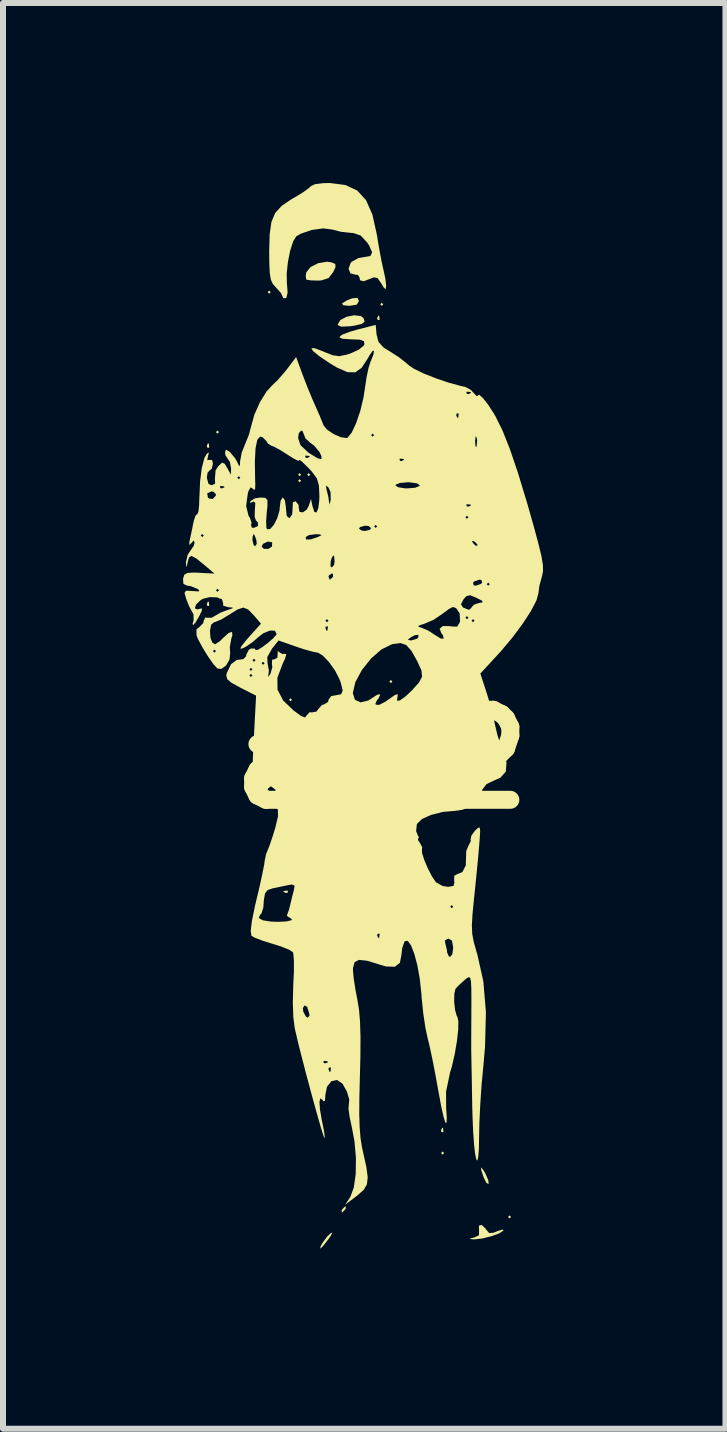
<source format=kicad_pcb>
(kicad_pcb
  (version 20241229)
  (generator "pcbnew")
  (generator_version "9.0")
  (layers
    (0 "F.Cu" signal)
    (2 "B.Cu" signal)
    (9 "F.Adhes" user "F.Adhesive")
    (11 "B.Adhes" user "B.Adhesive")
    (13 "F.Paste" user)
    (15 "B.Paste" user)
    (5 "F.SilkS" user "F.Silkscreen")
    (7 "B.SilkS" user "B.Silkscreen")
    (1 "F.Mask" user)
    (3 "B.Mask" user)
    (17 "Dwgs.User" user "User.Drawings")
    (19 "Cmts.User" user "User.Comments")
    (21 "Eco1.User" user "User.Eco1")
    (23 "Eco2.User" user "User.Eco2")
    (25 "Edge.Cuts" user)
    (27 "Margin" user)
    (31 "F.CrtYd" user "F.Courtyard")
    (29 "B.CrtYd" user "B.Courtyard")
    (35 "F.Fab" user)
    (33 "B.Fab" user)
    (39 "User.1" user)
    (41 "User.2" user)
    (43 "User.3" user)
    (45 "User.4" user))
  (footprint "ale2"
    (layer "F.Cu")
    (at 3.312 9.601)
    (property "Reference" "ale2" (at 0 0 0) (layer "F.SilkS") (effects (font (size 1.5 1.5) (thickness 0.3))))
    (attr board_only exclude_from_pos_files exclude_from_bom)
    (fp_poly (pts (xy -2.712 -5.45) (xy -2.738 -5.425) (xy -2.763 -5.45) (xy -2.738 -5.475)) (stroke (width 0) (type solid)) (fill yes) (layer "F.SilkS"))
    (fp_poly (pts (xy -1.85 -7.782) (xy -1.876 -7.757) (xy -1.901 -7.782) (xy -1.876 -7.808)) (stroke (width 0) (type solid)) (fill yes) (layer "F.SilkS"))
    (fp_poly (pts (xy -1.496 -0.989) (xy -1.521 -0.963) (xy -1.546 -0.989) (xy -1.521 -1.014)) (stroke (width 0) (type solid)) (fill yes) (layer "F.SilkS"))
    (fp_poly (pts (xy -1.344 -4.74) (xy -1.369 -4.715) (xy -1.394 -4.74) (xy -1.369 -4.766)) (stroke (width 0) (type solid)) (fill yes) (layer "F.SilkS"))
    (fp_poly (pts (xy -1.344 -4.639) (xy -1.369 -4.614) (xy -1.394 -4.639) (xy -1.369 -4.664)) (stroke (width 0) (type solid)) (fill yes) (layer "F.SilkS"))
    (fp_poly (pts (xy -1.191 -4.74) (xy -1.217 -4.715) (xy -1.242 -4.74) (xy -1.217 -4.766)) (stroke (width 0) (type solid)) (fill yes) (layer "F.SilkS"))
    (fp_poly (pts (xy 0.025 -7.579) (xy 0 -7.554) (xy -0.025 -7.579) (xy 0 -7.605)) (stroke (width 0) (type solid)) (fill yes) (layer "F.SilkS"))
    (fp_poly (pts (xy 0.177 -1.293) (xy 0.152 -1.267) (xy 0.127 -1.293) (xy 0.152 -1.318)) (stroke (width 0) (type solid)) (fill yes) (layer "F.SilkS"))
    (fp_poly (pts (xy 1.039 6.565) (xy 1.014 6.591) (xy 0.989 6.565) (xy 1.014 6.54)) (stroke (width 0) (type solid)) (fill yes) (layer "F.SilkS"))
    (fp_poly (pts (xy 2.155 7.63) (xy 2.129 7.655) (xy 2.104 7.63) (xy 2.129 7.605)) (stroke (width 0) (type solid)) (fill yes) (layer "F.SilkS"))
    (fp_poly (pts (xy -2.881 -5.256) (xy -2.875 -5.196) (xy -2.881 -5.188) (xy -2.912 -5.195) (xy -2.915 -5.222) (xy -2.897 -5.264)) (stroke (width 0) (type solid)) (fill yes) (layer "F.SilkS"))
    (fp_poly (pts (xy -2.881 -2.619) (xy -2.875 -2.559) (xy -2.881 -2.552) (xy -2.912 -2.559) (xy -2.915 -2.586) (xy -2.897 -2.627)) (stroke (width 0) (type solid)) (fill yes) (layer "F.SilkS"))
    (fp_poly (pts (xy -1.563 2.197) (xy -1.57 2.227) (xy -1.597 2.231) (xy -1.639 2.212) (xy -1.631 2.197) (xy -1.571 2.191)) (stroke (width 0) (type solid)) (fill yes) (layer "F.SilkS"))
    (fp_poly (pts (xy -0.042 -7.385) (xy -0.036 -7.325) (xy -0.042 -7.317) (xy -0.072 -7.324) (xy -0.076 -7.351) (xy -0.057 -7.393)) (stroke (width 0) (type solid)) (fill yes) (layer "F.SilkS"))
    (fp_poly (pts (xy 1.022 6.151) (xy 1.028 6.212) (xy 1.022 6.219) (xy 0.992 6.212) (xy 0.989 6.185) (xy 1.007 6.143)) (stroke (width 0) (type solid)) (fill yes) (layer "F.SilkS"))
    (fp_poly (pts (xy -0.599 7.485) (xy -0.608 7.503) (xy -0.656 7.552) (xy -0.665 7.554) (xy -0.669 7.521) (xy -0.659 7.503) (xy -0.611 7.455) (xy -0.602 7.453)) (stroke (width 0) (type solid)) (fill yes) (layer "F.SilkS"))
    (fp_poly (pts (xy -0.851 7.946) (xy -0.887 7.998) (xy -0.978 8.114) (xy -1.025 8.159) (xy -1.021 8.126) (xy -0.993 8.07) (xy -0.911 7.959) (xy -0.855 7.905) (xy -0.821 7.889)) (stroke (width 0) (type solid)) (fill yes) (layer "F.SilkS"))
    (fp_poly (pts (xy -0.38 -7.634) (xy -0.418 -7.573) (xy -0.539 -7.554) (xy -0.542 -7.554) (xy -0.643 -7.565) (xy -0.66 -7.595) (xy -0.657 -7.599) (xy -0.572 -7.649) (xy -0.494 -7.679) (xy -0.405 -7.687)) (stroke (width 0) (type solid)) (fill yes) (layer "F.SilkS"))
    (fp_poly (pts (xy 1.694 6.85) (xy 1.73 6.912) (xy 1.776 7.019) (xy 1.781 7.082) (xy 1.78 7.084) (xy 1.745 7.063) (xy 1.7 6.975) (xy 1.7 6.975) (xy 1.657 6.848) (xy 1.656 6.804)) (stroke (width 0) (type solid)) (fill yes) (layer "F.SilkS"))
    (fp_poly (pts (xy -0.347 -7.383) (xy -0.302 -7.348) (xy -0.286 -7.291) (xy -0.333 -7.252) (xy -0.46 -7.223) (xy -0.528 -7.214) (xy -0.674 -7.207) (xy -0.734 -7.234) (xy -0.735 -7.241) (xy -0.691 -7.317) (xy -0.586 -7.372) (xy -0.458 -7.397)) (stroke (width 0) (type solid)) (fill yes) (layer "F.SilkS"))
    (fp_poly (pts (xy -0.842 -8.28) (xy -0.774 -8.252) (xy -0.771 -8.198) (xy -0.809 -8.116) (xy -0.887 -8.016) (xy -1.007 -7.978) (xy -1.057 -7.975) (xy -1.182 -7.978) (xy -1.255 -7.991) (xy -1.259 -7.993) (xy -1.267 -8.055) (xy -1.257 -8.112) (xy -1.188 -8.2) (xy -1.06 -8.265) (xy -0.912 -8.289)) (stroke (width 0) (type solid)) (fill yes) (layer "F.SilkS"))
    (fp_poly (pts (xy 1.729 7.823) (xy 1.742 7.843) (xy 1.791 7.899) (xy 1.867 7.892) (xy 1.925 7.868) (xy 2.01 7.84) (xy 2.031 7.854) (xy 2.029 7.856) (xy 1.959 7.903) (xy 1.828 7.951) (xy 1.675 7.989) (xy 1.541 8.004) (xy 1.521 8.003) (xy 1.46 7.996) (xy 1.495 7.983) (xy 1.536 7.974) (xy 1.62 7.936) (xy 1.622 7.856) (xy 1.621 7.854) (xy 1.619 7.775) (xy 1.665 7.763)) (stroke (width 0) (type solid)) (fill yes) (layer "F.SilkS"))
    (fp_poly (pts (xy -0.607 -9.568) (xy -0.409 -9.476) (xy -0.262 -9.315) (xy -0.156 -9.076) (xy -0.083 -8.748) (xy -0.08 -8.731) (xy -0.044 -8.514) (xy -0.006 -8.311) (xy 0.026 -8.163) (xy 0.028 -8.157) (xy 0.06 -8.008) (xy 0.074 -7.888) (xy 0.074 -7.878) (xy 0.063 -7.83) (xy 0.028 -7.866) (xy -0.004 -7.922) (xy -0.069 -8.016) (xy -0.134 -8.029) (xy -0.176 -8.011) (xy -0.299 -7.964) (xy -0.363 -7.98) (xy -0.368 -8.023) (xy -0.396 -8.07) (xy -0.438 -8.073) (xy -0.522 -8.095) (xy -0.553 -8.172) (xy -0.519 -8.268) (xy -0.501 -8.288) (xy -0.389 -8.35) (xy -0.304 -8.365) (xy -0.19 -8.384) (xy -0.16 -8.445) (xy -0.21 -8.56) (xy -0.243 -8.609) (xy -0.351 -8.726) (xy -0.476 -8.768) (xy -0.516 -8.77) (xy -0.685 -8.789) (xy -0.821 -8.825) (xy -0.974 -8.845) (xy -1.165 -8.819) (xy -1.347 -8.757) (xy -1.424 -8.712) (xy -1.477 -8.627) (xy -1.526 -8.473) (xy -1.564 -8.284) (xy -1.584 -8.092) (xy -1.581 -7.93) (xy -1.579 -7.916) (xy -1.569 -7.774) (xy -1.589 -7.689) (xy -1.597 -7.681) (xy -1.644 -7.684) (xy -1.648 -7.701) (xy -1.682 -7.77) (xy -1.762 -7.859) (xy -1.814 -7.917) (xy -1.848 -7.989) (xy -1.866 -8.096) (xy -1.874 -8.263) (xy -1.876 -8.465) (xy -1.868 -8.747) (xy -1.839 -8.951) (xy -1.776 -9.101) (xy -1.668 -9.22) (xy -1.505 -9.331) (xy -1.445 -9.365) (xy -1.307 -9.449) (xy -1.207 -9.522) (xy -1.18 -9.55) (xy -1.111 -9.582) (xy -0.971 -9.599) (xy -0.864 -9.601)) (stroke (width 0) (type solid)) (fill yes) (layer "F.SilkS"))
    (fp_poly (pts (xy -0.086 -7.074) (xy -0.055 -6.954) (xy 0.028 -6.862) (xy 0.131 -6.797) (xy 0.285 -6.699) (xy 0.418 -6.594) (xy 0.446 -6.567) (xy 0.541 -6.503) (xy 0.706 -6.424) (xy 0.911 -6.343) (xy 1.127 -6.27) (xy 1.325 -6.217) (xy 1.393 -6.203) (xy 1.482 -6.155) (xy 1.532 -6.102) (xy 1.582 -6.049) (xy 1.597 -6.055) (xy 1.621 -6.074) (xy 1.683 -6.021) (xy 1.77 -5.911) (xy 1.869 -5.758) (xy 1.897 -5.71) (xy 2.011 -5.48) (xy 2.135 -5.168) (xy 2.271 -4.768) (xy 2.42 -4.277) (xy 2.537 -3.866) (xy 2.612 -3.586) (xy 2.661 -3.384) (xy 2.685 -3.24) (xy 2.688 -3.137) (xy 2.673 -3.055) (xy 2.667 -3.035) (xy 2.627 -2.887) (xy 2.611 -2.763) (xy 2.578 -2.644) (xy 2.487 -2.469) (xy 2.35 -2.258) (xy 2.18 -2.029) (xy 1.989 -1.801) (xy 1.933 -1.74) (xy 1.643 -1.426) (xy 1.748 -1.106) (xy 1.81 -0.902) (xy 1.861 -0.703) (xy 1.885 -0.583) (xy 1.927 -0.405) (xy 1.991 -0.209) (xy 2.013 -0.154) (xy 2.079 0.056) (xy 2.068 0.207) (xy 1.978 0.309) (xy 1.88 0.353) (xy 1.747 0.416) (xy 1.675 0.509) (xy 1.645 0.664) (xy 1.642 0.727) (xy 1.632 0.81) (xy 1.616 0.809) (xy 1.613 0.798) (xy 1.586 0.74) (xy 1.534 0.75) (xy 1.481 0.786) (xy 1.345 0.844) (xy 1.228 0.862) (xy 1.018 0.88) (xy 0.822 0.93) (xy 0.669 0.999) (xy 0.587 1.08) (xy 0.585 1.084) (xy 0.573 1.2) (xy 0.595 1.255) (xy 0.62 1.309) (xy 0.608 1.318) (xy 0.604 1.349) (xy 0.635 1.395) (xy 0.675 1.471) (xy 0.67 1.501) (xy 0.671 1.562) (xy 0.708 1.679) (xy 0.768 1.821) (xy 0.837 1.955) (xy 0.901 2.049) (xy 0.909 2.056) (xy 1.015 2.114) (xy 1.107 2.129) (xy 1.197 2.113) (xy 1.211 2.051) (xy 1.206 2.028) (xy 1.208 1.946) (xy 1.238 1.927) (xy 1.343 1.883) (xy 1.401 1.771) (xy 1.404 1.664) (xy 1.408 1.533) (xy 1.443 1.447) (xy 1.484 1.367) (xy 1.481 1.333) (xy 1.495 1.272) (xy 1.555 1.192) (xy 1.606 1.144) (xy 1.633 1.142) (xy 1.64 1.2) (xy 1.632 1.335) (xy 1.623 1.446) (xy 1.605 1.655) (xy 1.579 1.921) (xy 1.551 2.203) (xy 1.536 2.342) (xy 1.512 2.591) (xy 1.502 2.77) (xy 1.508 2.913) (xy 1.534 3.05) (xy 1.58 3.213) (xy 1.593 3.255) (xy 1.693 3.703) (xy 1.736 4.215) (xy 1.721 4.797) (xy 1.693 5.121) (xy 1.664 5.425) (xy 1.642 5.752) (xy 1.627 6.057) (xy 1.623 6.245) (xy 1.619 6.485) (xy 1.608 6.631) (xy 1.593 6.69) (xy 1.575 6.67) (xy 1.556 6.577) (xy 1.538 6.419) (xy 1.523 6.202) (xy 1.512 5.935) (xy 1.508 5.78) (xy 1.503 5.503) (xy 1.499 5.259) (xy 1.495 5.066) (xy 1.493 4.946) (xy 1.492 4.918) (xy 1.491 4.837) (xy 1.491 4.681) (xy 1.492 4.473) (xy 1.493 4.309) (xy 1.494 4.025) (xy 1.493 3.828) (xy 1.487 3.706) (xy 1.473 3.645) (xy 1.449 3.633) (xy 1.412 3.655) (xy 1.373 3.688) (xy 1.28 3.773) (xy 1.229 3.828) (xy 1.209 3.911) (xy 1.207 4.046) (xy 1.223 4.185) (xy 1.251 4.282) (xy 1.26 4.293) (xy 1.277 4.367) (xy 1.274 4.514) (xy 1.252 4.706) (xy 1.216 4.917) (xy 1.169 5.121) (xy 1.139 5.222) (xy 1.072 5.54) (xy 1.073 5.805) (xy 1.084 5.983) (xy 1.079 6.065) (xy 1.06 6.056) (xy 1.03 5.961) (xy 0.99 5.783) (xy 0.943 5.528) (xy 0.933 5.475) (xy 0.886 5.215) (xy 0.836 4.962) (xy 0.79 4.752) (xy 0.764 4.648) (xy 0.727 4.473) (xy 0.692 4.24) (xy 0.666 3.99) (xy 0.661 3.917) (xy 0.635 3.67) (xy 0.595 3.443) (xy 0.544 3.249) (xy 0.489 3.106) (xy 0.434 3.029) (xy 0.385 3.034) (xy 0.378 3.044) (xy 0.341 3.15) (xy 0.33 3.251) (xy 0.303 3.394) (xy 0.218 3.461) (xy 0.069 3.455) (xy -0.033 3.425) (xy -0.244 3.36) (xy -0.38 3.346) (xy -0.453 3.385) (xy -0.479 3.479) (xy -0.48 3.511) (xy -0.468 3.649) (xy -0.439 3.839) (xy -0.407 4.005) (xy -0.379 4.173) (xy -0.362 4.376) (xy -0.354 4.633) (xy -0.356 4.96) (xy -0.364 5.273) (xy -0.373 5.637) (xy -0.375 5.92) (xy -0.368 6.141) (xy -0.353 6.32) (xy -0.328 6.475) (xy -0.31 6.556) (xy -0.256 6.799) (xy -0.234 6.968) (xy -0.247 7.086) (xy -0.299 7.176) (xy -0.393 7.261) (xy -0.418 7.281) (xy -0.608 7.425) (xy -0.523 7.294) (xy -0.466 7.141) (xy -0.434 6.918) (xy -0.43 6.652) (xy -0.454 6.372) (xy -0.498 6.138) (xy -0.535 5.966) (xy -0.554 5.832) (xy -0.55 5.768) (xy -0.541 5.674) (xy -0.58 5.541) (xy -0.653 5.411) (xy -0.655 5.408) (xy -0.747 5.347) (xy -0.84 5.368) (xy -0.912 5.459) (xy -0.939 5.591) (xy -0.946 5.693) (xy -0.97 5.703) (xy -0.989 5.678) (xy -1.024 5.653) (xy -1.038 5.711) (xy -1.03 5.836) (xy -1 6.011) (xy -0.986 6.078) (xy -0.959 6.215) (xy -0.95 6.304) (xy -0.953 6.319) (xy -0.971 6.278) (xy -1.009 6.158) (xy -1.062 5.974) (xy -1.126 5.745) (xy -1.196 5.488) (xy -1.267 5.222) (xy -1.28 5.171) (xy -0.887 5.171) (xy -0.869 5.213) (xy -0.853 5.205) (xy -0.847 5.145) (xy -0.853 5.137) (xy -0.884 5.144) (xy -0.887 5.171) (xy -1.28 5.171) (xy -1.315 5.036) (xy -0.972 5.036) (xy -0.965 5.066) (xy -0.938 5.07) (xy -0.896 5.051) (xy -0.904 5.036) (xy -0.964 5.03) (xy -0.972 5.036) (xy -1.315 5.036) (xy -1.334 4.963) (xy -1.393 4.729) (xy -1.438 4.537) (xy -1.45 4.487) (xy -1.474 4.299) (xy -1.479 4.147) (xy -1.314 4.147) (xy -1.308 4.208) (xy -1.265 4.29) (xy -1.231 4.309) (xy -1.203 4.272) (xy -1.211 4.229) (xy -1.238 4.148) (xy -1.242 4.128) (xy -1.281 4.107) (xy -1.288 4.107) (xy -1.314 4.147) (xy -1.479 4.147) (xy -1.482 4.049) (xy -1.475 3.774) (xy -1.474 3.752) (xy -1.464 3.537) (xy -1.464 3.36) (xy -1.473 3.244) (xy -1.482 3.216) (xy -1.549 3.174) (xy -1.682 3.121) (xy -1.821 3.078) (xy -1.989 3.025) (xy -1.999 3.021) (xy 1.053 3.021) (xy 1.059 3.071) (xy 1.087 3.186) (xy 1.09 3.224) (xy 1.119 3.288) (xy 1.141 3.295) (xy 1.176 3.251) (xy 1.191 3.145) (xy 1.191 3.143) (xy 1.171 3.026) (xy 1.11 2.991) (xy 1.053 3.021) (xy -1.999 3.021) (xy -2.118 2.975) (xy -2.172 2.944) (xy -2.172 2.941) (xy -0.076 2.941) (xy -0.057 2.982) (xy -0.042 2.974) (xy -0.036 2.914) (xy -0.042 2.907) (xy -0.072 2.914) (xy -0.076 2.941) (xy -2.172 2.941) (xy -2.184 2.867) (xy -2.164 2.698) (xy -2.154 2.648) (xy -2.05 2.648) (xy -1.984 2.686) (xy -1.842 2.708) (xy -1.729 2.712) (xy -1.591 2.705) (xy -1.507 2.686) (xy -1.496 2.674) (xy -1.535 2.638) (xy -1.549 2.636) (xy -1.583 2.608) (xy -1.577 2.595) (xy -1.548 2.516) (xy -1.533 2.459) (xy 1.141 2.459) (xy 1.166 2.484) (xy 1.191 2.459) (xy 1.166 2.434) (xy 1.141 2.459) (xy -1.533 2.459) (xy -1.526 2.43) (xy -1.49 2.279) (xy -1.466 2.19) (xy -1.452 2.108) (xy -1.498 2.09) (xy -1.565 2.101) (xy -1.722 2.134) (xy -1.825 2.156) (xy -1.902 2.182) (xy -1.945 2.238) (xy -1.965 2.35) (xy -1.973 2.472) (xy -2.003 2.569) (xy -2.028 2.598) (xy -2.05 2.648) (xy -2.154 2.648) (xy -2.111 2.439) (xy -2.087 2.338) (xy -2.032 2.107) (xy -1.989 1.907) (xy -1.96 1.763) (xy -1.952 1.701) (xy -1.929 1.588) (xy -1.907 1.533) (xy -1.869 1.438) (xy -1.817 1.283) (xy -1.775 1.147) (xy -1.729 0.955) (xy -1.732 0.839) (xy -1.791 0.78) (xy -1.912 0.762) (xy -1.933 0.761) (xy -2.014 0.755) (xy -2.076 0.729) (xy -2.118 0.672) (xy -2.145 0.571) (xy -2.149 0.507) (xy -1.901 0.507) (xy -1.86 0.551) (xy -1.822 0.558) (xy -1.77 0.533) (xy -1.774 0.507) (xy -1.839 0.458) (xy -1.853 0.456) (xy -1.9 0.495) (xy -1.901 0.507) (xy -2.149 0.507) (xy -2.156 0.415) (xy -2.155 0.193) (xy -2.144 -0.109) (xy -2.127 -0.44) (xy -2.094 -1.058) (xy -2.355 -1.19) (xy -2.503 -1.271) (xy -2.576 -1.333) (xy -2.591 -1.394) (xy -2.205 -1.394) (xy -2.18 -1.369) (xy -2.155 -1.394) (xy -2.18 -1.42) (xy -2.205 -1.394) (xy -2.591 -1.394) (xy -2.591 -1.396) (xy -2.583 -1.434) (xy -2.553 -1.496) (xy -2.205 -1.496) (xy -2.18 -1.47) (xy -2.155 -1.496) (xy -2.18 -1.521) (xy -2.205 -1.496) (xy -2.553 -1.496) (xy -2.511 -1.583) (xy -2.491 -1.597) (xy -2.003 -1.597) (xy -1.977 -1.572) (xy -1.952 -1.597) (xy -1.977 -1.622) (xy -2.003 -1.597) (xy -2.491 -1.597) (xy -2.422 -1.648) (xy -2.155 -1.648) (xy -2.129 -1.622) (xy -2.104 -1.648) (xy -2.129 -1.673) (xy -2.155 -1.648) (xy -2.422 -1.648) (xy -2.416 -1.652) (xy -2.406 -1.654) (xy -2.31 -1.666) (xy -2.307 -1.667) (xy -2.274 -1.7) (xy -1.908 -1.7) (xy -1.903 -1.598) (xy -1.881 -1.479) (xy -1.887 -1.42) (xy -1.897 -1.369) (xy -1.867 -1.404) (xy -1.856 -1.42) (xy -1.823 -1.531) (xy -1.83 -1.586) (xy -1.828 -1.656) (xy -1.791 -1.662) (xy -1.74 -1.689) (xy -1.735 -1.749) (xy -1.734 -1.805) (xy -1.719 -1.79) (xy -1.656 -1.751) (xy -1.622 -1.756) (xy -1.591 -1.747) (xy -1.613 -1.67) (xy -1.651 -1.59) (xy -1.739 -1.357) (xy -1.737 -1.158) (xy -1.643 -0.977) (xy -1.47 -0.811) (xy -1.346 -0.72) (xy -1.279 -0.694) (xy -1.252 -0.727) (xy -1.252 -0.728) (xy -1.202 -0.782) (xy -1.163 -0.778) (xy -1.087 -0.793) (xy -1.06 -0.831) (xy -0.997 -0.902) (xy -0.958 -0.913) (xy -0.895 -0.953) (xy -0.887 -0.989) (xy -0.843 -1.05) (xy -0.761 -1.065) (xy -0.676 -1.081) (xy -0.669 -1.099) (xy -0.482 -1.099) (xy -0.446 -0.988) (xy -0.352 -0.946) (xy -0.225 -0.976) (xy -0.153 -1.023) (xy -0.067 -1.077) (xy -0.026 -1.076) (xy -0.025 -1.071) (xy -0.062 -0.999) (xy -0.077 -0.988) (xy -0.105 -0.926) (xy -0.098 -0.907) (xy -0.043 -0.904) (xy 0.061 -0.957) (xy 0.115 -0.996) (xy 0.225 -1.072) (xy 0.269 -1.08) (xy 0.264 -1.049) (xy 0.253 -0.975) (xy 0.3 -0.976) (xy 0.399 -1.047) (xy 0.505 -1.148) (xy 0.622 -1.278) (xy 0.672 -1.375) (xy 0.662 -1.477) (xy 0.597 -1.62) (xy 0.593 -1.629) (xy 0.494 -1.805) (xy 0.408 -1.902) (xy 0.313 -1.934) (xy 0.184 -1.917) (xy 0.168 -1.913) (xy -0.005 -1.828) (xy -0.179 -1.676) (xy -0.331 -1.485) (xy -0.44 -1.283) (xy -0.482 -1.101) (xy -0.482 -1.099) (xy -0.669 -1.099) (xy -0.651 -1.143) (xy -0.681 -1.268) (xy -0.71 -1.344) (xy -0.782 -1.482) (xy -0.881 -1.619) (xy -0.982 -1.725) (xy -1.062 -1.774) (xy -1.069 -1.774) (xy -1.154 -1.791) (xy -1.3 -1.832) (xy -1.432 -1.876) (xy -1.72 -1.977) (xy -1.83 -1.839) (xy -1.908 -1.7) (xy -2.274 -1.7) (xy -2.261 -1.714) (xy -2.256 -1.744) (xy -2.215 -1.822) (xy -2.18 -1.843) (xy -2.115 -1.842) (xy -2.104 -1.819) (xy -2.071 -1.818) (xy -1.992 -1.865) (xy -1.895 -1.938) (xy -1.837 -1.989) (xy 0.434 -1.989) (xy 0.48 -1.978) (xy 0.491 -1.978) (xy 0.583 -2.004) (xy 0.608 -2.028) (xy 0.612 -2.073) (xy 0.552 -2.065) (xy 0.482 -2.028) (xy 0.434 -1.989) (xy -1.837 -1.989) (xy -1.807 -2.015) (xy -1.756 -2.075) (xy -1.753 -2.086) (xy -1.781 -2.14) (xy -1.864 -2.142) (xy -1.972 -2.098) (xy -2.04 -2.047) (xy -2.162 -1.943) (xy -2.271 -1.869) (xy -2.342 -1.838) (xy -2.357 -1.849) (xy -2.326 -1.898) (xy -2.247 -1.996) (xy -2.185 -2.066) (xy -2.082 -2.18) (xy -0.938 -2.18) (xy -0.919 -2.138) (xy -0.904 -2.146) (xy -0.898 -2.204) (xy 0.614 -2.204) (xy 0.659 -2.191) (xy 0.773 -2.143) (xy 0.882 -2.072) (xy 0.982 -2.01) (xy 1.033 -2.008) (xy 1.02 -2.063) (xy 0.993 -2.098) (xy 0.965 -2.175) (xy 1.019 -2.218) (xy 1.137 -2.216) (xy 1.163 -2.211) (xy 1.256 -2.207) (xy 1.299 -2.277) (xy 1.305 -2.305) (xy 1.305 -2.307) (xy 1.496 -2.307) (xy 1.521 -2.281) (xy 1.546 -2.307) (xy 1.521 -2.332) (xy 1.496 -2.307) (xy 1.305 -2.307) (xy 1.302 -2.357) (xy 1.394 -2.357) (xy 1.42 -2.332) (xy 1.445 -2.357) (xy 1.42 -2.383) (xy 1.394 -2.357) (xy 1.302 -2.357) (xy 1.298 -2.43) (xy 1.239 -2.517) (xy 1.185 -2.535) (xy 1.125 -2.505) (xy 1.026 -2.433) (xy 1.005 -2.416) (xy 0.862 -2.321) (xy 0.714 -2.257) (xy 0.71 -2.256) (xy 0.616 -2.225) (xy 0.614 -2.204) (xy -0.898 -2.204) (xy -0.898 -2.206) (xy -0.904 -2.214) (xy -0.934 -2.207) (xy -0.938 -2.18) (xy -2.082 -2.18) (xy -2.013 -2.257) (xy -2.055 -2.307) (xy -0.938 -2.307) (xy -0.913 -2.281) (xy -0.887 -2.307) (xy -0.913 -2.332) (xy -0.938 -2.307) (xy -2.055 -2.307) (xy -2.132 -2.396) (xy -2.226 -2.493) (xy -2.306 -2.526) (xy -2.404 -2.494) (xy -2.54 -2.408) (xy -2.669 -2.33) (xy -2.772 -2.286) (xy -2.795 -2.281) (xy -2.843 -2.239) (xy -2.863 -2.138) (xy -2.854 -2.019) (xy -2.822 -1.939) (xy -2.775 -1.914) (xy -2.697 -1.966) (xy -2.662 -2.002) (xy -2.554 -2.101) (xy -2.495 -2.122) (xy -2.489 -2.063) (xy -2.506 -2.013) (xy -2.532 -1.868) (xy -2.526 -1.77) (xy -2.537 -1.66) (xy -2.594 -1.561) (xy -2.672 -1.503) (xy -2.739 -1.511) (xy -2.806 -1.583) (xy -2.896 -1.712) (xy -2.95 -1.8) (xy -2.814 -1.8) (xy -2.788 -1.774) (xy -2.763 -1.8) (xy -2.788 -1.825) (xy -2.814 -1.8) (xy -2.95 -1.8) (xy -2.988 -1.862) (xy -3.061 -1.998) (xy -3.087 -2.061) (xy -3.088 -2.162) (xy -3.043 -2.198) (xy -2.975 -2.267) (xy -2.966 -2.308) (xy -2.941 -2.361) (xy -2.913 -2.356) (xy -2.834 -2.356) (xy -2.789 -2.382) (xy -2.689 -2.44) (xy -2.576 -2.483) (xy -2.485 -2.513) (xy -2.486 -2.526) (xy -2.553 -2.531) (xy -2.641 -2.556) (xy -2.643 -2.58) (xy 1.32 -2.58) (xy 1.352 -2.529) (xy 1.356 -2.526) (xy 1.453 -2.487) (xy 1.495 -2.521) (xy 1.496 -2.531) (xy 1.539 -2.575) (xy 1.61 -2.598) (xy 1.681 -2.614) (xy 1.673 -2.639) (xy 1.579 -2.688) (xy 1.473 -2.731) (xy 1.41 -2.716) (xy 1.363 -2.663) (xy 1.32 -2.58) (xy -2.643 -2.58) (xy -2.645 -2.606) (xy -2.663 -2.663) (xy -2.747 -2.696) (xy -2.863 -2.7) (xy -2.979 -2.672) (xy -3.018 -2.65) (xy -3.094 -2.576) (xy -3.115 -2.515) (xy -3.077 -2.494) (xy -3.041 -2.503) (xy -2.995 -2.512) (xy -2.999 -2.472) (xy -3.043 -2.381) (xy -3.104 -2.276) (xy -3.145 -2.232) (xy -3.152 -2.257) (xy -3.136 -2.307) (xy -3.137 -2.411) (xy -3.156 -2.447) (xy -3.206 -2.538) (xy -3.257 -2.665) (xy -3.287 -2.77) (xy -3.262 -2.807) (xy -3.162 -2.802) (xy -3.15 -2.801) (xy -3.051 -2.794) (xy -3.042 -2.814) (xy -2.763 -2.814) (xy -2.738 -2.788) (xy -2.712 -2.814) (xy -2.738 -2.839) (xy -2.763 -2.814) (xy -3.042 -2.814) (xy -3.042 -2.814) (xy -3.067 -2.835) (xy -3.184 -2.883) (xy -3.236 -2.889) (xy -3.305 -2.919) (xy -3.307 -2.941) (xy 1.521 -2.941) (xy 1.532 -2.897) (xy 1.566 -2.89) (xy 1.64 -2.915) (xy 1.749 -2.915) (xy 1.774 -2.89) (xy 1.8 -2.915) (xy 1.774 -2.941) (xy 1.749 -2.915) (xy 1.64 -2.915) (xy 1.653 -2.92) (xy 1.673 -2.941) (xy 1.662 -2.984) (xy 1.628 -2.991) (xy 1.541 -2.961) (xy 1.521 -2.941) (xy -3.307 -2.941) (xy -3.312 -3.004) (xy -3.3 -3.042) (xy -0.887 -3.042) (xy -0.87 -2.993) (xy -0.865 -2.991) (xy -0.822 -3.027) (xy -0.811 -3.042) (xy -0.815 -3.089) (xy -0.834 -3.093) (xy -0.885 -3.056) (xy -0.887 -3.042) (xy -3.3 -3.042) (xy -3.292 -3.071) (xy -3.238 -3.103) (xy -3.125 -3.109) (xy -3.042 -3.105) (xy -2.788 -3.092) (xy -2.932 -3.215) (xy -0.854 -3.215) (xy -0.832 -3.194) (xy -0.794 -3.237) (xy -0.786 -3.295) (xy -0.794 -3.378) (xy -0.805 -3.397) (xy -0.832 -3.355) (xy -0.851 -3.295) (xy -0.854 -3.215) (xy -2.932 -3.215) (xy -2.966 -3.243) (xy -3.096 -3.348) (xy -3.172 -3.387) (xy -3.212 -3.361) (xy -3.234 -3.283) (xy -3.251 -3.202) (xy -3.259 -3.22) (xy -3.263 -3.279) (xy -3.235 -3.404) (xy -3.194 -3.466) (xy -3.141 -3.543) (xy -2.003 -3.543) (xy -1.965 -3.504) (xy -1.888 -3.504) (xy -1.83 -3.542) (xy -1.826 -3.607) (xy -1.831 -3.614) (xy -1.899 -3.625) (xy -1.976 -3.589) (xy -2.003 -3.543) (xy -3.141 -3.543) (xy -3.132 -3.557) (xy -3.119 -3.609) (xy -3.133 -3.644) (xy -3.174 -3.6) (xy -3.207 -3.567) (xy -3.206 -3.619) (xy -3.199 -3.65) (xy -2.155 -3.65) (xy -2.135 -3.568) (xy -2.109 -3.549) (xy -2.083 -3.589) (xy -2.088 -3.636) (xy 1.504 -3.636) (xy 1.516 -3.607) (xy 1.567 -3.553) (xy 1.597 -3.564) (xy 1.597 -3.571) (xy 1.561 -3.614) (xy 1.538 -3.63) (xy 1.504 -3.636) (xy -2.088 -3.636) (xy -2.089 -3.65) (xy -2.108 -3.701) (xy -1.267 -3.701) (xy -1.262 -3.66) (xy -1.186 -3.661) (xy -1.065 -3.701) (xy -1.004 -3.732) (xy -1.031 -3.745) (xy -1.1 -3.748) (xy -1.212 -3.734) (xy -1.267 -3.701) (xy -2.108 -3.701) (xy -2.119 -3.732) (xy -2.135 -3.752) (xy -2.151 -3.709) (xy -2.155 -3.65) (xy -3.199 -3.65) (xy -3.196 -3.669) (xy -3.183 -3.726) (xy -3.017 -3.726) (xy -2.991 -3.701) (xy -2.966 -3.726) (xy -2.991 -3.752) (xy -3.017 -3.726) (xy -3.183 -3.726) (xy -3.16 -3.836) (xy -3.135 -3.96) (xy -3.105 -4.056) (xy -3.074 -4.085) (xy -3.074 -4.085) (xy -3.056 -4.12) (xy -3.045 -4.219) (xy -2.26 -4.219) (xy -2.22 -4.055) (xy -2.196 -4.02) (xy -2.169 -3.937) (xy -2.179 -3.906) (xy -2.168 -3.861) (xy -2.132 -3.853) (xy -2.062 -3.885) (xy -2.066 -3.949) (xy -2.096 -3.975) (xy -2.118 -4.038) (xy -2.115 -4.155) (xy -2.114 -4.162) (xy -2.107 -4.269) (xy -2.134 -4.294) (xy -2.156 -4.283) (xy -2.197 -4.271) (xy -2.185 -4.302) (xy -2.111 -4.346) (xy -2.018 -4.36) (xy -1.941 -4.354) (xy -1.906 -4.319) (xy -1.904 -4.228) (xy -1.916 -4.112) (xy -1.927 -3.962) (xy -1.922 -3.857) (xy -1.913 -3.831) (xy -1.861 -3.834) (xy -1.853 -3.842) (xy -0.38 -3.842) (xy -0.338 -3.81) (xy -0.279 -3.802) (xy -0.196 -3.822) (xy -0.177 -3.85) (xy -0.211 -3.878) (xy -0.127 -3.878) (xy -0.101 -3.853) (xy -0.076 -3.878) (xy -0.101 -3.904) (xy -0.127 -3.878) (xy -0.211 -3.878) (xy -0.22 -3.885) (xy -0.279 -3.89) (xy -0.361 -3.867) (xy -0.38 -3.842) (xy -1.853 -3.842) (xy -1.797 -3.906) (xy -1.74 -4.019) (xy -1.704 -4.144) (xy -1.7 -4.195) (xy -1.685 -4.307) (xy -1.652 -4.36) (xy -1.648 -4.36) (xy -1.615 -4.315) (xy -1.598 -4.205) (xy -1.597 -4.178) (xy -1.583 -4.051) (xy -1.54 -4.017) (xy -1.534 -4.019) (xy -1.526 -4.031) (xy 1.394 -4.031) (xy 1.42 -4.005) (xy 1.445 -4.031) (xy 1.42 -4.056) (xy 1.394 -4.031) (xy -1.526 -4.031) (xy -1.492 -4.08) (xy -1.486 -4.18) (xy -1.481 -4.281) (xy -1.435 -4.297) (xy -1.385 -4.235) (xy -1.384 -4.19) (xy -1.37 -4.12) (xy -1.314 -4.112) (xy -1.249 -4.159) (xy -1.216 -4.221) (xy -1.179 -4.335) (xy -1.156 -4.221) (xy -1.123 -4.12) (xy -1.088 -4.11) (xy -1.058 -4.18) (xy -1.05 -4.242) (xy 1.411 -4.242) (xy 1.418 -4.212) (xy 1.445 -4.208) (xy 1.487 -4.227) (xy 1.479 -4.242) (xy 1.419 -4.248) (xy 1.411 -4.242) (xy -1.05 -4.242) (xy -1.041 -4.318) (xy -1.039 -4.385) (xy -1.047 -4.557) (xy -0.932 -4.557) (xy -0.922 -4.5) (xy -0.92 -4.495) (xy -0.889 -4.365) (xy -0.88 -4.293) (xy -0.871 -4.242) (xy -0.857 -4.29) (xy -0.85 -4.328) (xy -0.854 -4.453) (xy -0.891 -4.531) (xy -0.932 -4.557) (xy -1.047 -4.557) (xy -1.047 -4.558) (xy -1.048 -4.563) (xy 0.228 -4.563) (xy 0.273 -4.531) (xy 0.385 -4.513) (xy 0.431 -4.512) (xy 0.558 -4.523) (xy 0.629 -4.552) (xy 0.634 -4.563) (xy 0.589 -4.595) (xy 0.476 -4.612) (xy 0.431 -4.614) (xy 0.304 -4.602) (xy 0.233 -4.574) (xy 0.228 -4.563) (xy -1.048 -4.563) (xy -1.081 -4.677) (xy -1.161 -4.787) (xy -1.224 -4.854) (xy -1.319 -4.948) (xy -1.371 -4.99) (xy -1.373 -4.981) (xy -1.389 -4.97) (xy -1.47 -5.01) (xy -1.537 -5.053) (xy -1.276 -5.053) (xy -1.269 -5.023) (xy -1.242 -5.019) (xy -1.2 -5.038) (xy -1.208 -5.053) (xy -1.268 -5.059) (xy -1.276 -5.053) (xy -1.537 -5.053) (xy -1.563 -5.069) (xy -1.699 -5.155) (xy -1.803 -5.21) (xy -1.84 -5.222) (xy -1.9 -5.262) (xy -1.92 -5.298) (xy -1.972 -5.351) (xy -1.394 -5.351) (xy -1.354 -5.232) (xy -1.227 -5.112) (xy -1.207 -5.098) (xy -1.07 -5.014) (xy -1.005 -4.998) (xy -1.005 -5.002) (xy 0.296 -5.002) (xy 0.303 -4.972) (xy 0.33 -4.968) (xy 0.371 -4.987) (xy 0.363 -5.002) (xy 0.303 -5.008) (xy 0.296 -5.002) (xy -1.005 -5.002) (xy -1.005 -5.049) (xy -1.036 -5.115) (xy -1.126 -5.224) (xy -1.193 -5.273) (xy -1.22 -5.298) (xy 1.556 -5.298) (xy 1.562 -5.211) (xy 1.578 -5.204) (xy 1.58 -5.208) (xy 1.59 -5.309) (xy 1.581 -5.36) (xy 1.565 -5.381) (xy 1.557 -5.314) (xy 1.556 -5.298) (xy -1.22 -5.298) (xy -1.273 -5.346) (xy -1.293 -5.401) (xy -1.321 -5.468) (xy -1.344 -5.475) (xy -1.382 -5.432) (xy -1.394 -5.351) (xy -1.972 -5.351) (xy -1.987 -5.365) (xy -2.026 -5.374) (xy -2.073 -5.325) (xy -2.103 -5.183) (xy -2.115 -4.955) (xy -2.11 -4.648) (xy -2.107 -4.588) (xy -2.111 -4.493) (xy -2.137 -4.493) (xy -2.146 -4.504) (xy -2.185 -4.53) (xy -2.221 -4.466) (xy -2.232 -4.428) (xy -2.26 -4.219) (xy -3.045 -4.219) (xy -3.044 -4.23) (xy -3.04 -4.352) (xy -3.036 -4.43) (xy -2.909 -4.43) (xy -2.897 -4.36) (xy -2.883 -4.345) (xy -2.82 -4.334) (xy -2.768 -4.386) (xy -2.763 -4.414) (xy -2.804 -4.456) (xy -2.839 -4.461) (xy -2.909 -4.43) (xy -3.036 -4.43) (xy -3.031 -4.546) (xy -2.695 -4.546) (xy -2.689 -4.516) (xy -2.662 -4.512) (xy -2.62 -4.531) (xy -2.628 -4.546) (xy -2.688 -4.552) (xy -2.695 -4.546) (xy -3.031 -4.546) (xy -3.028 -4.626) (xy -2.998 -4.856) (xy -2.954 -5.022) (xy -2.913 -5.092) (xy -2.88 -5.11) (xy -2.895 -5.049) (xy -2.909 -4.982) (xy -2.873 -4.988) (xy -2.825 -4.982) (xy -2.814 -4.921) (xy -2.834 -4.837) (xy -2.864 -4.816) (xy -2.903 -4.773) (xy -2.915 -4.69) (xy -2.887 -4.586) (xy -2.833 -4.563) (xy -2.776 -4.591) (xy -2.781 -4.675) (xy -2.779 -4.69) (xy -2.408 -4.69) (xy -2.383 -4.664) (xy -2.357 -4.69) (xy -2.383 -4.715) (xy -2.408 -4.69) (xy -2.779 -4.69) (xy -2.769 -4.812) (xy -2.726 -4.88) (xy -2.661 -4.941) (xy -2.617 -4.922) (xy -2.578 -4.856) (xy -2.513 -4.74) (xy -2.511 -4.851) (xy -2.531 -4.954) (xy -2.56 -4.994) (xy -2.606 -5.067) (xy -2.611 -5.104) (xy -2.599 -5.156) (xy -2.547 -5.13) (xy -2.529 -5.116) (xy -2.441 -5.011) (xy -2.406 -4.945) (xy -2.375 -4.879) (xy -2.363 -4.905) (xy -2.36 -4.968) (xy -2.334 -5.106) (xy -2.281 -5.241) (xy -2.215 -5.402) (xy -2.177 -5.545) (xy -2.122 -5.742) (xy -2.03 -5.948) (xy -1.921 -6.125) (xy -1.832 -6.223) (xy -1.732 -6.319) (xy -1.615 -6.454) (xy -1.574 -6.506) (xy -1.427 -6.7) (xy -1.318 -6.404) (xy -1.238 -6.197) (xy -1.151 -5.987) (xy -1.104 -5.881) (xy -1.036 -5.727) (xy -0.984 -5.6) (xy -0.97 -5.562) (xy -0.909 -5.489) (xy -0.799 -5.416) (xy -0.677 -5.363) (xy -0.584 -5.351) (xy -0.57 -5.356) (xy -0.535 -5.399) (xy -0.177 -5.399) (xy -0.152 -5.374) (xy -0.127 -5.399) (xy -0.152 -5.425) (xy -0.177 -5.399) (xy -0.535 -5.399) (xy -0.5 -5.442) (xy -0.426 -5.601) (xy -0.383 -5.729) (xy 1.242 -5.729) (xy 1.261 -5.687) (xy 1.276 -5.695) (xy 1.282 -5.755) (xy 1.276 -5.763) (xy 1.246 -5.756) (xy 1.242 -5.729) (xy -0.383 -5.729) (xy -0.357 -5.805) (xy -0.304 -6.026) (xy -0.29 -6.118) (xy 1.411 -6.118) (xy 1.418 -6.087) (xy 1.445 -6.084) (xy 1.487 -6.102) (xy 1.479 -6.118) (xy 1.419 -6.124) (xy 1.411 -6.118) (xy -0.29 -6.118) (xy -0.283 -6.164) (xy -0.254 -6.359) (xy -0.218 -6.527) (xy -0.184 -6.629) (xy -0.139 -6.741) (xy -0.129 -6.803) (xy -0.15 -6.805) (xy -0.202 -6.733) (xy -0.233 -6.677) (xy -0.334 -6.522) (xy -0.441 -6.446) (xy -0.573 -6.449) (xy -0.749 -6.527) (xy -0.861 -6.594) (xy -1.04 -6.715) (xy -1.145 -6.801) (xy -1.174 -6.847) (xy -1.123 -6.849) (xy -0.99 -6.8) (xy -0.968 -6.79) (xy -0.818 -6.731) (xy -0.709 -6.715) (xy -0.589 -6.739) (xy -0.52 -6.761) (xy -0.386 -6.822) (xy -0.301 -6.89) (xy -0.288 -6.915) (xy -0.297 -6.965) (xy -0.365 -6.99) (xy -0.513 -6.996) (xy -0.513 -6.996) (xy -0.659 -7.006) (xy -0.708 -7.032) (xy -0.661 -7.073) (xy -0.521 -7.126) (xy -0.38 -7.165) (xy -0.101 -7.237)) (stroke (width 0) (type solid)) (fill yes) (layer "F.SilkS")))
  (gr_rect
    (start -3 -3)
    (end 9.04 20.76)
    (stroke (width 0.1) (type default))
    (fill no)
    (layer "Edge.Cuts")))
</source>
